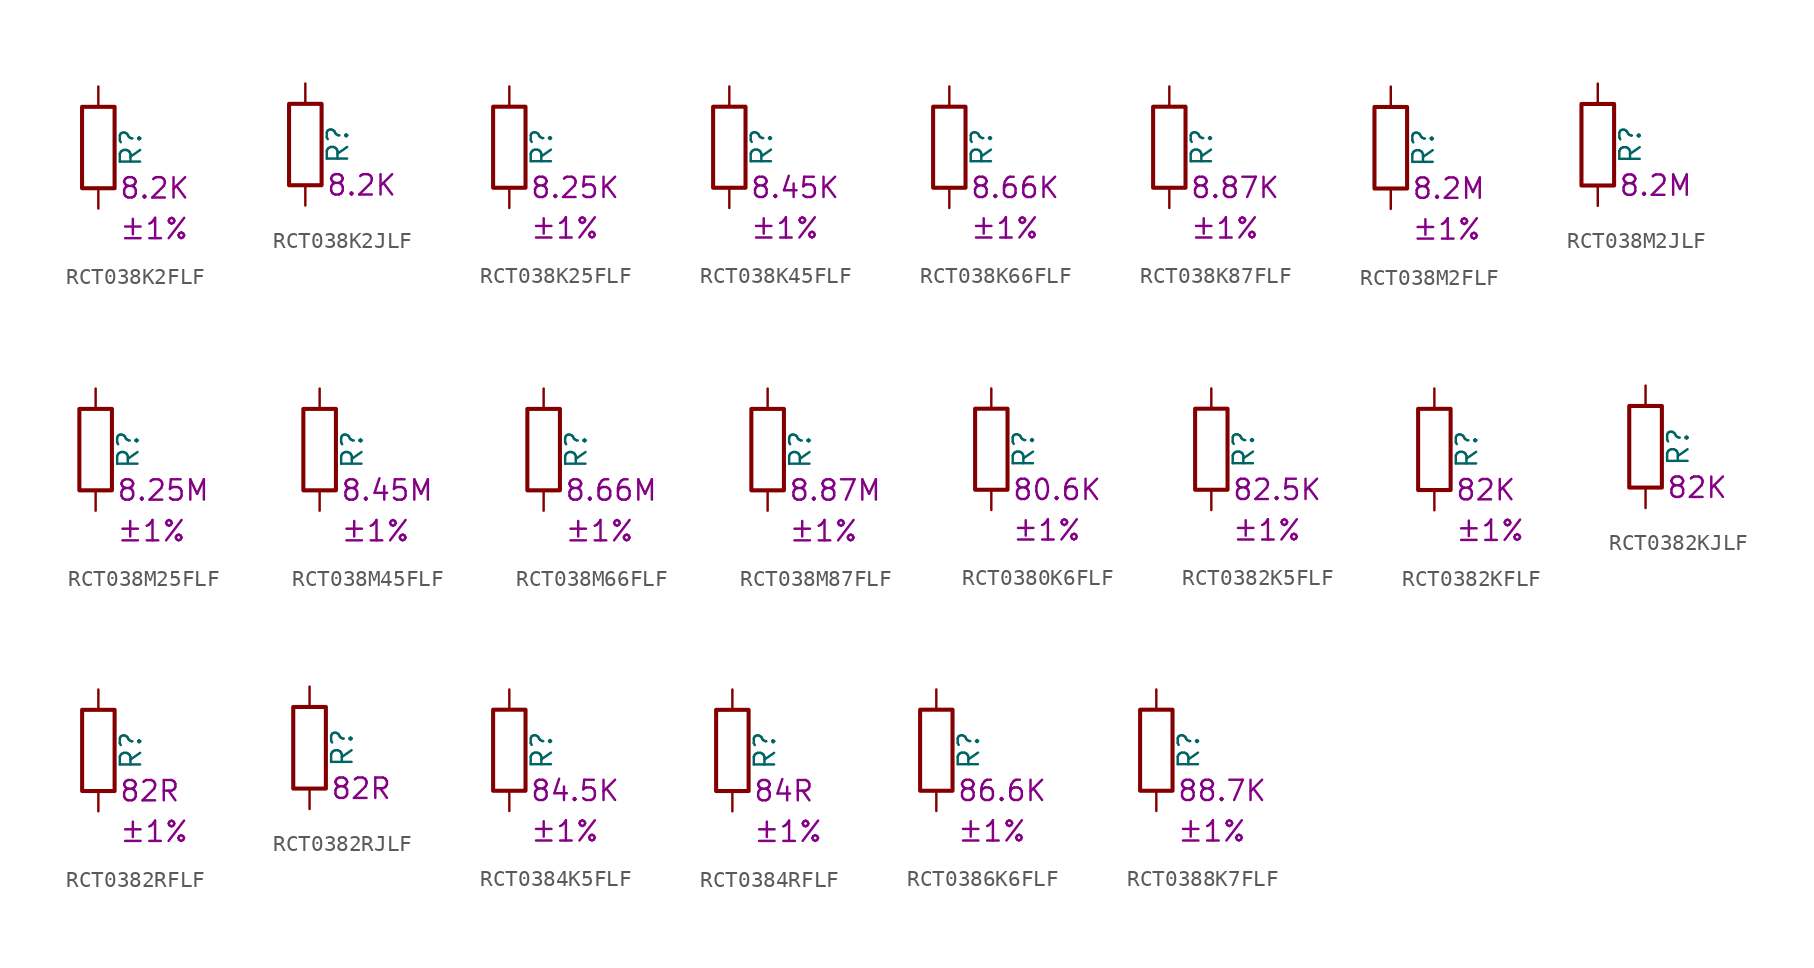
<source format=kicad_sym>
(kicad_symbol_lib
  (version 20220914)
  (generator kicad_symbol_editor)
  (symbol "RCT038K2FLF"
    (pin_numbers hide)
    (pin_names
      (offset 0))
    (property "Reference" "R"
      (at 2.032 0 90)
      (effects (font (size 1.27 1.27))))
    (property "Resistance" "8.2K"
      (at 1.27 -2.54 0)
      (effects (font (size 1.27 1.27)) (justify left)))
    (property "Tolerance" "±1%"
      (at 1.27 -5.08 0)
      (effects (font (size 1.27 1.27)) (justify left)))
    (symbol "RCT038K2FLF_0_1"
      (rectangle (start -1.016 -2.54) (end 1.016 2.54) (stroke (width 0.254) (type default)) (fill (type none))))
    (symbol "RCT038K2FLF_1_1"
      (pin passive line (at 0 3.81 270) (length 1.27) (name "~" (effects (font (size 1.27 1.27)))) (number "1" (effects (font (size 1.27 1.27)))))
      (pin passive line (at 0 -3.81 90) (length 1.27) (name "~" (effects (font (size 1.27 1.27)))) (number "2" (effects (font (size 1.27 1.27)))))))
  (symbol "RCT038K2JLF"
    (pin_numbers hide)
    (pin_names
      (offset 0))
    (property "Reference" "R"
      (at 2.032 0 90)
      (effects (font (size 1.27 1.27))))
    (property "Resistance" "8.2K"
      (at 1.27 -2.54 0)
      (effects (font (size 1.27 1.27)) (justify left)))
    (symbol "RCT038K2JLF_0_1"
      (rectangle (start -1.016 -2.54) (end 1.016 2.54) (stroke (width 0.254) (type default)) (fill (type none))))
    (symbol "RCT038K2JLF_1_1"
      (pin passive line (at 0 3.81 270) (length 1.27) (name "~" (effects (font (size 1.27 1.27)))) (number "1" (effects (font (size 1.27 1.27)))))
      (pin passive line (at 0 -3.81 90) (length 1.27) (name "~" (effects (font (size 1.27 1.27)))) (number "2" (effects (font (size 1.27 1.27)))))))
  (symbol "RCT038K25FLF"
    (pin_numbers hide)
    (pin_names
      (offset 0))
    (property "Reference" "R"
      (at 2.032 0 90)
      (effects (font (size 1.27 1.27))))
    (property "Resistance" "8.25K"
      (at 1.27 -2.54 0)
      (effects (font (size 1.27 1.27)) (justify left)))
    (property "Tolerance" "±1%"
      (at 1.27 -5.08 0)
      (effects (font (size 1.27 1.27)) (justify left)))
    (symbol "RCT038K25FLF_0_1"
      (rectangle (start -1.016 -2.54) (end 1.016 2.54) (stroke (width 0.254) (type default)) (fill (type none))))
    (symbol "RCT038K25FLF_1_1"
      (pin passive line (at 0 3.81 270) (length 1.27) (name "~" (effects (font (size 1.27 1.27)))) (number "1" (effects (font (size 1.27 1.27)))))
      (pin passive line (at 0 -3.81 90) (length 1.27) (name "~" (effects (font (size 1.27 1.27)))) (number "2" (effects (font (size 1.27 1.27)))))))
  (symbol "RCT038K45FLF"
    (pin_numbers hide)
    (pin_names
      (offset 0))
    (property "Reference" "R"
      (at 2.032 0 90)
      (effects (font (size 1.27 1.27))))
    (property "Resistance" "8.45K"
      (at 1.27 -2.54 0)
      (effects (font (size 1.27 1.27)) (justify left)))
    (property "Tolerance" "±1%"
      (at 1.27 -5.08 0)
      (effects (font (size 1.27 1.27)) (justify left)))
    (symbol "RCT038K45FLF_0_1"
      (rectangle (start -1.016 -2.54) (end 1.016 2.54) (stroke (width 0.254) (type default)) (fill (type none))))
    (symbol "RCT038K45FLF_1_1"
      (pin passive line (at 0 3.81 270) (length 1.27) (name "~" (effects (font (size 1.27 1.27)))) (number "1" (effects (font (size 1.27 1.27)))))
      (pin passive line (at 0 -3.81 90) (length 1.27) (name "~" (effects (font (size 1.27 1.27)))) (number "2" (effects (font (size 1.27 1.27)))))))
  (symbol "RCT038K66FLF"
    (pin_numbers hide)
    (pin_names
      (offset 0))
    (property "Reference" "R"
      (at 2.032 0 90)
      (effects (font (size 1.27 1.27))))
    (property "Resistance" "8.66K"
      (at 1.27 -2.54 0)
      (effects (font (size 1.27 1.27)) (justify left)))
    (property "Tolerance" "±1%"
      (at 1.27 -5.08 0)
      (effects (font (size 1.27 1.27)) (justify left)))
    (symbol "RCT038K66FLF_0_1"
      (rectangle (start -1.016 -2.54) (end 1.016 2.54) (stroke (width 0.254) (type default)) (fill (type none))))
    (symbol "RCT038K66FLF_1_1"
      (pin passive line (at 0 3.81 270) (length 1.27) (name "~" (effects (font (size 1.27 1.27)))) (number "1" (effects (font (size 1.27 1.27)))))
      (pin passive line (at 0 -3.81 90) (length 1.27) (name "~" (effects (font (size 1.27 1.27)))) (number "2" (effects (font (size 1.27 1.27)))))))
  (symbol "RCT038K87FLF"
    (pin_numbers hide)
    (pin_names
      (offset 0))
    (property "Reference" "R"
      (at 2.032 0 90)
      (effects (font (size 1.27 1.27))))
    (property "Resistance" "8.87K"
      (at 1.27 -2.54 0)
      (effects (font (size 1.27 1.27)) (justify left)))
    (property "Tolerance" "±1%"
      (at 1.27 -5.08 0)
      (effects (font (size 1.27 1.27)) (justify left)))
    (symbol "RCT038K87FLF_0_1"
      (rectangle (start -1.016 -2.54) (end 1.016 2.54) (stroke (width 0.254) (type default)) (fill (type none))))
    (symbol "RCT038K87FLF_1_1"
      (pin passive line (at 0 3.81 270) (length 1.27) (name "~" (effects (font (size 1.27 1.27)))) (number "1" (effects (font (size 1.27 1.27)))))
      (pin passive line (at 0 -3.81 90) (length 1.27) (name "~" (effects (font (size 1.27 1.27)))) (number "2" (effects (font (size 1.27 1.27)))))))
  (symbol "RCT038M2FLF"
    (pin_numbers hide)
    (pin_names
      (offset 0))
    (property "Reference" "R"
      (at 2.032 0 90)
      (effects (font (size 1.27 1.27))))
    (property "Resistance" "8.2M"
      (at 1.27 -2.54 0)
      (effects (font (size 1.27 1.27)) (justify left)))
    (property "Tolerance" "±1%"
      (at 1.27 -5.08 0)
      (effects (font (size 1.27 1.27)) (justify left)))
    (symbol "RCT038M2FLF_0_1"
      (rectangle (start -1.016 -2.54) (end 1.016 2.54) (stroke (width 0.254) (type default)) (fill (type none))))
    (symbol "RCT038M2FLF_1_1"
      (pin passive line (at 0 3.81 270) (length 1.27) (name "~" (effects (font (size 1.27 1.27)))) (number "1" (effects (font (size 1.27 1.27)))))
      (pin passive line (at 0 -3.81 90) (length 1.27) (name "~" (effects (font (size 1.27 1.27)))) (number "2" (effects (font (size 1.27 1.27)))))))
  (symbol "RCT038M2JLF"
    (pin_numbers hide)
    (pin_names
      (offset 0))
    (property "Reference" "R"
      (at 2.032 0 90)
      (effects (font (size 1.27 1.27))))
    (property "Resistance" "8.2M"
      (at 1.27 -2.54 0)
      (effects (font (size 1.27 1.27)) (justify left)))
    (symbol "RCT038M2JLF_0_1"
      (rectangle (start -1.016 -2.54) (end 1.016 2.54) (stroke (width 0.254) (type default)) (fill (type none))))
    (symbol "RCT038M2JLF_1_1"
      (pin passive line (at 0 3.81 270) (length 1.27) (name "~" (effects (font (size 1.27 1.27)))) (number "1" (effects (font (size 1.27 1.27)))))
      (pin passive line (at 0 -3.81 90) (length 1.27) (name "~" (effects (font (size 1.27 1.27)))) (number "2" (effects (font (size 1.27 1.27)))))))
  (symbol "RCT038M25FLF"
    (pin_numbers hide)
    (pin_names
      (offset 0))
    (property "Reference" "R"
      (at 2.032 0 90)
      (effects (font (size 1.27 1.27))))
    (property "Resistance" "8.25M"
      (at 1.27 -2.54 0)
      (effects (font (size 1.27 1.27)) (justify left)))
    (property "Tolerance" "±1%"
      (at 1.27 -5.08 0)
      (effects (font (size 1.27 1.27)) (justify left)))
    (symbol "RCT038M25FLF_0_1"
      (rectangle (start -1.016 -2.54) (end 1.016 2.54) (stroke (width 0.254) (type default)) (fill (type none))))
    (symbol "RCT038M25FLF_1_1"
      (pin passive line (at 0 3.81 270) (length 1.27) (name "~" (effects (font (size 1.27 1.27)))) (number "1" (effects (font (size 1.27 1.27)))))
      (pin passive line (at 0 -3.81 90) (length 1.27) (name "~" (effects (font (size 1.27 1.27)))) (number "2" (effects (font (size 1.27 1.27)))))))
  (symbol "RCT038M45FLF"
    (pin_numbers hide)
    (pin_names
      (offset 0))
    (property "Reference" "R"
      (at 2.032 0 90)
      (effects (font (size 1.27 1.27))))
    (property "Resistance" "8.45M"
      (at 1.27 -2.54 0)
      (effects (font (size 1.27 1.27)) (justify left)))
    (property "Tolerance" "±1%"
      (at 1.27 -5.08 0)
      (effects (font (size 1.27 1.27)) (justify left)))
    (symbol "RCT038M45FLF_0_1"
      (rectangle (start -1.016 -2.54) (end 1.016 2.54) (stroke (width 0.254) (type default)) (fill (type none))))
    (symbol "RCT038M45FLF_1_1"
      (pin passive line (at 0 3.81 270) (length 1.27) (name "~" (effects (font (size 1.27 1.27)))) (number "1" (effects (font (size 1.27 1.27)))))
      (pin passive line (at 0 -3.81 90) (length 1.27) (name "~" (effects (font (size 1.27 1.27)))) (number "2" (effects (font (size 1.27 1.27)))))))
  (symbol "RCT038M66FLF"
    (pin_numbers hide)
    (pin_names
      (offset 0))
    (property "Reference" "R"
      (at 2.032 0 90)
      (effects (font (size 1.27 1.27))))
    (property "Resistance" "8.66M"
      (at 1.27 -2.54 0)
      (effects (font (size 1.27 1.27)) (justify left)))
    (property "Tolerance" "±1%"
      (at 1.27 -5.08 0)
      (effects (font (size 1.27 1.27)) (justify left)))
    (symbol "RCT038M66FLF_0_1"
      (rectangle (start -1.016 -2.54) (end 1.016 2.54) (stroke (width 0.254) (type default)) (fill (type none))))
    (symbol "RCT038M66FLF_1_1"
      (pin passive line (at 0 3.81 270) (length 1.27) (name "~" (effects (font (size 1.27 1.27)))) (number "1" (effects (font (size 1.27 1.27)))))
      (pin passive line (at 0 -3.81 90) (length 1.27) (name "~" (effects (font (size 1.27 1.27)))) (number "2" (effects (font (size 1.27 1.27)))))))
  (symbol "RCT038M87FLF"
    (pin_numbers hide)
    (pin_names
      (offset 0))
    (property "Reference" "R"
      (at 2.032 0 90)
      (effects (font (size 1.27 1.27))))
    (property "Resistance" "8.87M"
      (at 1.27 -2.54 0)
      (effects (font (size 1.27 1.27)) (justify left)))
    (property "Tolerance" "±1%"
      (at 1.27 -5.08 0)
      (effects (font (size 1.27 1.27)) (justify left)))
    (symbol "RCT038M87FLF_0_1"
      (rectangle (start -1.016 -2.54) (end 1.016 2.54) (stroke (width 0.254) (type default)) (fill (type none))))
    (symbol "RCT038M87FLF_1_1"
      (pin passive line (at 0 3.81 270) (length 1.27) (name "~" (effects (font (size 1.27 1.27)))) (number "1" (effects (font (size 1.27 1.27)))))
      (pin passive line (at 0 -3.81 90) (length 1.27) (name "~" (effects (font (size 1.27 1.27)))) (number "2" (effects (font (size 1.27 1.27)))))))
  (symbol "RCT0380K6FLF"
    (pin_numbers hide)
    (pin_names
      (offset 0))
    (property "Reference" "R"
      (at 2.032 0 90)
      (effects (font (size 1.27 1.27))))
    (property "Resistance" "80.6K"
      (at 1.27 -2.54 0)
      (effects (font (size 1.27 1.27)) (justify left)))
    (property "Tolerance" "±1%"
      (at 1.27 -5.08 0)
      (effects (font (size 1.27 1.27)) (justify left)))
    (symbol "RCT0380K6FLF_0_1"
      (rectangle (start -1.016 -2.54) (end 1.016 2.54) (stroke (width 0.254) (type default)) (fill (type none))))
    (symbol "RCT0380K6FLF_1_1"
      (pin passive line (at 0 3.81 270) (length 1.27) (name "~" (effects (font (size 1.27 1.27)))) (number "1" (effects (font (size 1.27 1.27)))))
      (pin passive line (at 0 -3.81 90) (length 1.27) (name "~" (effects (font (size 1.27 1.27)))) (number "2" (effects (font (size 1.27 1.27)))))))
  (symbol "RCT0382K5FLF"
    (pin_numbers hide)
    (pin_names
      (offset 0))
    (property "Reference" "R"
      (at 2.032 0 90)
      (effects (font (size 1.27 1.27))))
    (property "Resistance" "82.5K"
      (at 1.27 -2.54 0)
      (effects (font (size 1.27 1.27)) (justify left)))
    (property "Tolerance" "±1%"
      (at 1.27 -5.08 0)
      (effects (font (size 1.27 1.27)) (justify left)))
    (symbol "RCT0382K5FLF_0_1"
      (rectangle (start -1.016 -2.54) (end 1.016 2.54) (stroke (width 0.254) (type default)) (fill (type none))))
    (symbol "RCT0382K5FLF_1_1"
      (pin passive line (at 0 3.81 270) (length 1.27) (name "~" (effects (font (size 1.27 1.27)))) (number "1" (effects (font (size 1.27 1.27)))))
      (pin passive line (at 0 -3.81 90) (length 1.27) (name "~" (effects (font (size 1.27 1.27)))) (number "2" (effects (font (size 1.27 1.27)))))))
  (symbol "RCT0382KFLF"
    (pin_numbers hide)
    (pin_names
      (offset 0))
    (property "Reference" "R"
      (at 2.032 0 90)
      (effects (font (size 1.27 1.27))))
    (property "Resistance" "82K"
      (at 1.27 -2.54 0)
      (effects (font (size 1.27 1.27)) (justify left)))
    (property "Tolerance" "±1%"
      (at 1.27 -5.08 0)
      (effects (font (size 1.27 1.27)) (justify left)))
    (symbol "RCT0382KFLF_0_1"
      (rectangle (start -1.016 -2.54) (end 1.016 2.54) (stroke (width 0.254) (type default)) (fill (type none))))
    (symbol "RCT0382KFLF_1_1"
      (pin passive line (at 0 3.81 270) (length 1.27) (name "~" (effects (font (size 1.27 1.27)))) (number "1" (effects (font (size 1.27 1.27)))))
      (pin passive line (at 0 -3.81 90) (length 1.27) (name "~" (effects (font (size 1.27 1.27)))) (number "2" (effects (font (size 1.27 1.27)))))))
  (symbol "RCT0382KJLF"
    (pin_numbers hide)
    (pin_names
      (offset 0))
    (property "Reference" "R"
      (at 2.032 0 90)
      (effects (font (size 1.27 1.27))))
    (property "Resistance" "82K"
      (at 1.27 -2.54 0)
      (effects (font (size 1.27 1.27)) (justify left)))
    (symbol "RCT0382KJLF_0_1"
      (rectangle (start -1.016 -2.54) (end 1.016 2.54) (stroke (width 0.254) (type default)) (fill (type none))))
    (symbol "RCT0382KJLF_1_1"
      (pin passive line (at 0 3.81 270) (length 1.27) (name "~" (effects (font (size 1.27 1.27)))) (number "1" (effects (font (size 1.27 1.27)))))
      (pin passive line (at 0 -3.81 90) (length 1.27) (name "~" (effects (font (size 1.27 1.27)))) (number "2" (effects (font (size 1.27 1.27)))))))
  (symbol "RCT0382RFLF"
    (pin_numbers hide)
    (pin_names
      (offset 0))
    (property "Reference" "R"
      (at 2.032 0 90)
      (effects (font (size 1.27 1.27))))
    (property "Resistance" "82R"
      (at 1.27 -2.54 0)
      (effects (font (size 1.27 1.27)) (justify left)))
    (property "Tolerance" "±1%"
      (at 1.27 -5.08 0)
      (effects (font (size 1.27 1.27)) (justify left)))
    (symbol "RCT0382RFLF_0_1"
      (rectangle (start -1.016 -2.54) (end 1.016 2.54) (stroke (width 0.254) (type default)) (fill (type none))))
    (symbol "RCT0382RFLF_1_1"
      (pin passive line (at 0 3.81 270) (length 1.27) (name "~" (effects (font (size 1.27 1.27)))) (number "1" (effects (font (size 1.27 1.27)))))
      (pin passive line (at 0 -3.81 90) (length 1.27) (name "~" (effects (font (size 1.27 1.27)))) (number "2" (effects (font (size 1.27 1.27)))))))
  (symbol "RCT0382RJLF"
    (pin_numbers hide)
    (pin_names
      (offset 0))
    (property "Reference" "R"
      (at 2.032 0 90)
      (effects (font (size 1.27 1.27))))
    (property "Resistance" "82R"
      (at 1.27 -2.54 0)
      (effects (font (size 1.27 1.27)) (justify left)))
    (symbol "RCT0382RJLF_0_1"
      (rectangle (start -1.016 -2.54) (end 1.016 2.54) (stroke (width 0.254) (type default)) (fill (type none))))
    (symbol "RCT0382RJLF_1_1"
      (pin passive line (at 0 3.81 270) (length 1.27) (name "~" (effects (font (size 1.27 1.27)))) (number "1" (effects (font (size 1.27 1.27)))))
      (pin passive line (at 0 -3.81 90) (length 1.27) (name "~" (effects (font (size 1.27 1.27)))) (number "2" (effects (font (size 1.27 1.27)))))))
  (symbol "RCT0384K5FLF"
    (pin_numbers hide)
    (pin_names
      (offset 0))
    (property "Reference" "R"
      (at 2.032 0 90)
      (effects (font (size 1.27 1.27))))
    (property "Resistance" "84.5K"
      (at 1.27 -2.54 0)
      (effects (font (size 1.27 1.27)) (justify left)))
    (property "Tolerance" "±1%"
      (at 1.27 -5.08 0)
      (effects (font (size 1.27 1.27)) (justify left)))
    (symbol "RCT0384K5FLF_0_1"
      (rectangle (start -1.016 -2.54) (end 1.016 2.54) (stroke (width 0.254) (type default)) (fill (type none))))
    (symbol "RCT0384K5FLF_1_1"
      (pin passive line (at 0 3.81 270) (length 1.27) (name "~" (effects (font (size 1.27 1.27)))) (number "1" (effects (font (size 1.27 1.27)))))
      (pin passive line (at 0 -3.81 90) (length 1.27) (name "~" (effects (font (size 1.27 1.27)))) (number "2" (effects (font (size 1.27 1.27)))))))
  (symbol "RCT0384RFLF"
    (pin_numbers hide)
    (pin_names
      (offset 0))
    (property "Reference" "R"
      (at 2.032 0 90)
      (effects (font (size 1.27 1.27))))
    (property "Resistance" "84R"
      (at 1.27 -2.54 0)
      (effects (font (size 1.27 1.27)) (justify left)))
    (property "Tolerance" "±1%"
      (at 1.27 -5.08 0)
      (effects (font (size 1.27 1.27)) (justify left)))
    (symbol "RCT0384RFLF_0_1"
      (rectangle (start -1.016 -2.54) (end 1.016 2.54) (stroke (width 0.254) (type default)) (fill (type none))))
    (symbol "RCT0384RFLF_1_1"
      (pin passive line (at 0 3.81 270) (length 1.27) (name "~" (effects (font (size 1.27 1.27)))) (number "1" (effects (font (size 1.27 1.27)))))
      (pin passive line (at 0 -3.81 90) (length 1.27) (name "~" (effects (font (size 1.27 1.27)))) (number "2" (effects (font (size 1.27 1.27)))))))
  (symbol "RCT0386K6FLF"
    (pin_numbers hide)
    (pin_names
      (offset 0))
    (property "Reference" "R"
      (at 2.032 0 90)
      (effects (font (size 1.27 1.27))))
    (property "Resistance" "86.6K"
      (at 1.27 -2.54 0)
      (effects (font (size 1.27 1.27)) (justify left)))
    (property "Tolerance" "±1%"
      (at 1.27 -5.08 0)
      (effects (font (size 1.27 1.27)) (justify left)))
    (symbol "RCT0386K6FLF_0_1"
      (rectangle (start -1.016 -2.54) (end 1.016 2.54) (stroke (width 0.254) (type default)) (fill (type none))))
    (symbol "RCT0386K6FLF_1_1"
      (pin passive line (at 0 3.81 270) (length 1.27) (name "~" (effects (font (size 1.27 1.27)))) (number "1" (effects (font (size 1.27 1.27)))))
      (pin passive line (at 0 -3.81 90) (length 1.27) (name "~" (effects (font (size 1.27 1.27)))) (number "2" (effects (font (size 1.27 1.27)))))))
  (symbol "RCT0388K7FLF"
    (pin_numbers hide)
    (pin_names
      (offset 0))
    (property "Reference" "R"
      (at 2.032 0 90)
      (effects (font (size 1.27 1.27))))
    (property "Resistance" "88.7K"
      (at 1.27 -2.54 0)
      (effects (font (size 1.27 1.27)) (justify left)))
    (property "Tolerance" "±1%"
      (at 1.27 -5.08 0)
      (effects (font (size 1.27 1.27)) (justify left)))
    (symbol "RCT0388K7FLF_0_1"
      (rectangle (start -1.016 -2.54) (end 1.016 2.54) (stroke (width 0.254) (type default)) (fill (type none))))
    (symbol "RCT0388K7FLF_1_1"
      (pin passive line (at 0 3.81 270) (length 1.27) (name "~" (effects (font (size 1.27 1.27)))) (number "1" (effects (font (size 1.27 1.27)))))
      (pin passive line (at 0 -3.81 90) (length 1.27) (name "~" (effects (font (size 1.27 1.27)))) (number "2" (effects (font (size 1.27 1.27))))))))
</source>
